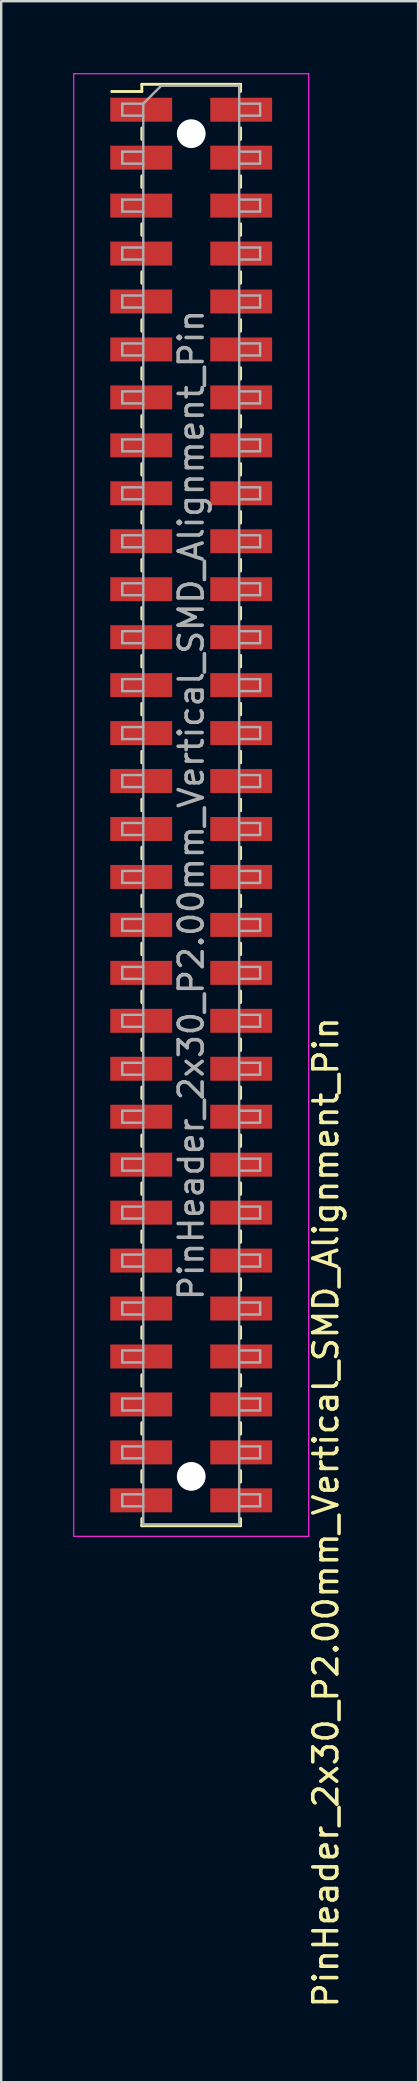
<source format=kicad_pcb>
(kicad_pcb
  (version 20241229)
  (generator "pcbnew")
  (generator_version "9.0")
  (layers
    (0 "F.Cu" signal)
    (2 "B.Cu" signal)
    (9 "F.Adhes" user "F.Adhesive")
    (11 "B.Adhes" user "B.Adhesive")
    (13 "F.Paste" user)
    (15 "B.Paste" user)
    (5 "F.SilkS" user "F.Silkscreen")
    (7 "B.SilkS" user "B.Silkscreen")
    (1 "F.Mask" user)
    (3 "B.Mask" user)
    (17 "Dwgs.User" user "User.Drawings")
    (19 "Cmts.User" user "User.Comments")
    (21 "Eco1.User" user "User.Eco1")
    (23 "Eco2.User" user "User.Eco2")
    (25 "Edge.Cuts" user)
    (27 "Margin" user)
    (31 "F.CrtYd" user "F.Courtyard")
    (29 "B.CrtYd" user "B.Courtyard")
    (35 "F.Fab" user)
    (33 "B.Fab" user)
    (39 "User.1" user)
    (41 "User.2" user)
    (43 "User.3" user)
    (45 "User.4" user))
  (footprint "PinHeader_2x30_P2.00mm_Vertical_SMD_Alignment_Pin"
    (layer "F.Cu")
    (at 4.925 30.525)
    (property "Reference" "PinHeader_2x30_P2.00mm_Vertical_SMD_Alignment_Pin" (at 5.615 29.5 90) (layer "F.SilkS") (effects (font (size 1 1) (thickness 0.15))))
    (attr smd)
    (fp_line (start -3.315 -29.76) (end -2.06 -29.76) (stroke (width 0.12) (type solid)) (layer "F.SilkS"))
    (fp_line (start -2.06 -30.06) (end -2.06 -29.76) (stroke (width 0.12) (type solid)) (layer "F.SilkS"))
    (fp_line (start -2.06 -30.06) (end 2.06 -30.06) (stroke (width 0.12) (type solid)) (layer "F.SilkS"))
    (fp_line (start -2.06 -28.24) (end -2.06 -27.76) (stroke (width 0.12) (type solid)) (layer "F.SilkS"))
    (fp_line (start -2.06 -26.24) (end -2.06 -25.76) (stroke (width 0.12) (type solid)) (layer "F.SilkS"))
    (fp_line (start -2.06 -24.24) (end -2.06 -23.76) (stroke (width 0.12) (type solid)) (layer "F.SilkS"))
    (fp_line (start -2.06 -22.24) (end -2.06 -21.76) (stroke (width 0.12) (type solid)) (layer "F.SilkS"))
    (fp_line (start -2.06 -20.24) (end -2.06 -19.76) (stroke (width 0.12) (type solid)) (layer "F.SilkS"))
    (fp_line (start -2.06 -18.24) (end -2.06 -17.76) (stroke (width 0.12) (type solid)) (layer "F.SilkS"))
    (fp_line (start -2.06 -16.24) (end -2.06 -15.76) (stroke (width 0.12) (type solid)) (layer "F.SilkS"))
    (fp_line (start -2.06 -14.24) (end -2.06 -13.76) (stroke (width 0.12) (type solid)) (layer "F.SilkS"))
    (fp_line (start -2.06 -12.24) (end -2.06 -11.76) (stroke (width 0.12) (type solid)) (layer "F.SilkS"))
    (fp_line (start -2.06 -10.24) (end -2.06 -9.76) (stroke (width 0.12) (type solid)) (layer "F.SilkS"))
    (fp_line (start -2.06 -8.24) (end -2.06 -7.76) (stroke (width 0.12) (type solid)) (layer "F.SilkS"))
    (fp_line (start -2.06 -6.24) (end -2.06 -5.76) (stroke (width 0.12) (type solid)) (layer "F.SilkS"))
    (fp_line (start -2.06 -4.24) (end -2.06 -3.76) (stroke (width 0.12) (type solid)) (layer "F.SilkS"))
    (fp_line (start -2.06 -2.24) (end -2.06 -1.76) (stroke (width 0.12) (type solid)) (layer "F.SilkS"))
    (fp_line (start -2.06 -0.24) (end -2.06 0.24) (stroke (width 0.12) (type solid)) (layer "F.SilkS"))
    (fp_line (start -2.06 1.76) (end -2.06 2.24) (stroke (width 0.12) (type solid)) (layer "F.SilkS"))
    (fp_line (start -2.06 3.76) (end -2.06 4.24) (stroke (width 0.12) (type solid)) (layer "F.SilkS"))
    (fp_line (start -2.06 5.76) (end -2.06 6.24) (stroke (width 0.12) (type solid)) (layer "F.SilkS"))
    (fp_line (start -2.06 7.76) (end -2.06 8.24) (stroke (width 0.12) (type solid)) (layer "F.SilkS"))
    (fp_line (start -2.06 9.76) (end -2.06 10.24) (stroke (width 0.12) (type solid)) (layer "F.SilkS"))
    (fp_line (start -2.06 11.76) (end -2.06 12.24) (stroke (width 0.12) (type solid)) (layer "F.SilkS"))
    (fp_line (start -2.06 13.76) (end -2.06 14.24) (stroke (width 0.12) (type solid)) (layer "F.SilkS"))
    (fp_line (start -2.06 15.76) (end -2.06 16.24) (stroke (width 0.12) (type solid)) (layer "F.SilkS"))
    (fp_line (start -2.06 17.76) (end -2.06 18.24) (stroke (width 0.12) (type solid)) (layer "F.SilkS"))
    (fp_line (start -2.06 19.76) (end -2.06 20.24) (stroke (width 0.12) (type solid)) (layer "F.SilkS"))
    (fp_line (start -2.06 21.76) (end -2.06 22.24) (stroke (width 0.12) (type solid)) (layer "F.SilkS"))
    (fp_line (start -2.06 23.76) (end -2.06 24.24) (stroke (width 0.12) (type solid)) (layer "F.SilkS"))
    (fp_line (start -2.06 25.76) (end -2.06 26.24) (stroke (width 0.12) (type solid)) (layer "F.SilkS"))
    (fp_line (start -2.06 27.76) (end -2.06 28.24) (stroke (width 0.12) (type solid)) (layer "F.SilkS"))
    (fp_line (start -2.06 29.76) (end -2.06 30.06) (stroke (width 0.12) (type solid)) (layer "F.SilkS"))
    (fp_line (start -2.06 30.06) (end 2.06 30.06) (stroke (width 0.12) (type solid)) (layer "F.SilkS"))
    (fp_line (start 2.06 -30.06) (end 2.06 -29.76) (stroke (width 0.12) (type solid)) (layer "F.SilkS"))
    (fp_line (start 2.06 -28.24) (end 2.06 -27.76) (stroke (width 0.12) (type solid)) (layer "F.SilkS"))
    (fp_line (start 2.06 -26.24) (end 2.06 -25.76) (stroke (width 0.12) (type solid)) (layer "F.SilkS"))
    (fp_line (start 2.06 -24.24) (end 2.06 -23.76) (stroke (width 0.12) (type solid)) (layer "F.SilkS"))
    (fp_line (start 2.06 -22.24) (end 2.06 -21.76) (stroke (width 0.12) (type solid)) (layer "F.SilkS"))
    (fp_line (start 2.06 -20.24) (end 2.06 -19.76) (stroke (width 0.12) (type solid)) (layer "F.SilkS"))
    (fp_line (start 2.06 -18.24) (end 2.06 -17.76) (stroke (width 0.12) (type solid)) (layer "F.SilkS"))
    (fp_line (start 2.06 -16.24) (end 2.06 -15.76) (stroke (width 0.12) (type solid)) (layer "F.SilkS"))
    (fp_line (start 2.06 -14.24) (end 2.06 -13.76) (stroke (width 0.12) (type solid)) (layer "F.SilkS"))
    (fp_line (start 2.06 -12.24) (end 2.06 -11.76) (stroke (width 0.12) (type solid)) (layer "F.SilkS"))
    (fp_line (start 2.06 -10.24) (end 2.06 -9.76) (stroke (width 0.12) (type solid)) (layer "F.SilkS"))
    (fp_line (start 2.06 -8.24) (end 2.06 -7.76) (stroke (width 0.12) (type solid)) (layer "F.SilkS"))
    (fp_line (start 2.06 -6.24) (end 2.06 -5.76) (stroke (width 0.12) (type solid)) (layer "F.SilkS"))
    (fp_line (start 2.06 -4.24) (end 2.06 -3.76) (stroke (width 0.12) (type solid)) (layer "F.SilkS"))
    (fp_line (start 2.06 -2.24) (end 2.06 -1.76) (stroke (width 0.12) (type solid)) (layer "F.SilkS"))
    (fp_line (start 2.06 -0.24) (end 2.06 0.24) (stroke (width 0.12) (type solid)) (layer "F.SilkS"))
    (fp_line (start 2.06 1.76) (end 2.06 2.24) (stroke (width 0.12) (type solid)) (layer "F.SilkS"))
    (fp_line (start 2.06 3.76) (end 2.06 4.24) (stroke (width 0.12) (type solid)) (layer "F.SilkS"))
    (fp_line (start 2.06 5.76) (end 2.06 6.24) (stroke (width 0.12) (type solid)) (layer "F.SilkS"))
    (fp_line (start 2.06 7.76) (end 2.06 8.24) (stroke (width 0.12) (type solid)) (layer "F.SilkS"))
    (fp_line (start 2.06 9.76) (end 2.06 10.24) (stroke (width 0.12) (type solid)) (layer "F.SilkS"))
    (fp_line (start 2.06 11.76) (end 2.06 12.24) (stroke (width 0.12) (type solid)) (layer "F.SilkS"))
    (fp_line (start 2.06 13.76) (end 2.06 14.24) (stroke (width 0.12) (type solid)) (layer "F.SilkS"))
    (fp_line (start 2.06 15.76) (end 2.06 16.24) (stroke (width 0.12) (type solid)) (layer "F.SilkS"))
    (fp_line (start 2.06 17.76) (end 2.06 18.24) (stroke (width 0.12) (type solid)) (layer "F.SilkS"))
    (fp_line (start 2.06 19.76) (end 2.06 20.24) (stroke (width 0.12) (type solid)) (layer "F.SilkS"))
    (fp_line (start 2.06 21.76) (end 2.06 22.24) (stroke (width 0.12) (type solid)) (layer "F.SilkS"))
    (fp_line (start 2.06 23.76) (end 2.06 24.24) (stroke (width 0.12) (type solid)) (layer "F.SilkS"))
    (fp_line (start 2.06 25.76) (end 2.06 26.24) (stroke (width 0.12) (type solid)) (layer "F.SilkS"))
    (fp_line (start 2.06 27.76) (end 2.06 28.24) (stroke (width 0.12) (type solid)) (layer "F.SilkS"))
    (fp_line (start 2.06 29.76) (end 2.06 30.06) (stroke (width 0.12) (type solid)) (layer "F.SilkS"))
    (fp_line (start -4.9 -30.5) (end -4.9 30.5) (stroke (width 0.05) (type solid)) (layer "F.CrtYd"))
    (fp_line (start -4.9 30.5) (end 4.9 30.5) (stroke (width 0.05) (type solid)) (layer "F.CrtYd"))
    (fp_line (start 4.9 -30.5) (end -4.9 -30.5) (stroke (width 0.05) (type solid)) (layer "F.CrtYd"))
    (fp_line (start 4.9 30.5) (end 4.9 -30.5) (stroke (width 0.05) (type solid)) (layer "F.CrtYd"))
    (fp_line (start -2.875 -29.25) (end -2.875 -28.75) (stroke (width 0.1) (type solid)) (layer "F.Fab"))
    (fp_line (start -2.875 -28.75) (end -2 -28.75) (stroke (width 0.1) (type solid)) (layer "F.Fab"))
    (fp_line (start -2.875 -27.25) (end -2.875 -26.75) (stroke (width 0.1) (type solid)) (layer "F.Fab"))
    (fp_line (start -2.875 -26.75) (end -2 -26.75) (stroke (width 0.1) (type solid)) (layer "F.Fab"))
    (fp_line (start -2.875 -25.25) (end -2.875 -24.75) (stroke (width 0.1) (type solid)) (layer "F.Fab"))
    (fp_line (start -2.875 -24.75) (end -2 -24.75) (stroke (width 0.1) (type solid)) (layer "F.Fab"))
    (fp_line (start -2.875 -23.25) (end -2.875 -22.75) (stroke (width 0.1) (type solid)) (layer "F.Fab"))
    (fp_line (start -2.875 -22.75) (end -2 -22.75) (stroke (width 0.1) (type solid)) (layer "F.Fab"))
    (fp_line (start -2.875 -21.25) (end -2.875 -20.75) (stroke (width 0.1) (type solid)) (layer "F.Fab"))
    (fp_line (start -2.875 -20.75) (end -2 -20.75) (stroke (width 0.1) (type solid)) (layer "F.Fab"))
    (fp_line (start -2.875 -19.25) (end -2.875 -18.75) (stroke (width 0.1) (type solid)) (layer "F.Fab"))
    (fp_line (start -2.875 -18.75) (end -2 -18.75) (stroke (width 0.1) (type solid)) (layer "F.Fab"))
    (fp_line (start -2.875 -17.25) (end -2.875 -16.75) (stroke (width 0.1) (type solid)) (layer "F.Fab"))
    (fp_line (start -2.875 -16.75) (end -2 -16.75) (stroke (width 0.1) (type solid)) (layer "F.Fab"))
    (fp_line (start -2.875 -15.25) (end -2.875 -14.75) (stroke (width 0.1) (type solid)) (layer "F.Fab"))
    (fp_line (start -2.875 -14.75) (end -2 -14.75) (stroke (width 0.1) (type solid)) (layer "F.Fab"))
    (fp_line (start -2.875 -13.25) (end -2.875 -12.75) (stroke (width 0.1) (type solid)) (layer "F.Fab"))
    (fp_line (start -2.875 -12.75) (end -2 -12.75) (stroke (width 0.1) (type solid)) (layer "F.Fab"))
    (fp_line (start -2.875 -11.25) (end -2.875 -10.75) (stroke (width 0.1) (type solid)) (layer "F.Fab"))
    (fp_line (start -2.875 -10.75) (end -2 -10.75) (stroke (width 0.1) (type solid)) (layer "F.Fab"))
    (fp_line (start -2.875 -9.25) (end -2.875 -8.75) (stroke (width 0.1) (type solid)) (layer "F.Fab"))
    (fp_line (start -2.875 -8.75) (end -2 -8.75) (stroke (width 0.1) (type solid)) (layer "F.Fab"))
    (fp_line (start -2.875 -7.25) (end -2.875 -6.75) (stroke (width 0.1) (type solid)) (layer "F.Fab"))
    (fp_line (start -2.875 -6.75) (end -2 -6.75) (stroke (width 0.1) (type solid)) (layer "F.Fab"))
    (fp_line (start -2.875 -5.25) (end -2.875 -4.75) (stroke (width 0.1) (type solid)) (layer "F.Fab"))
    (fp_line (start -2.875 -4.75) (end -2 -4.75) (stroke (width 0.1) (type solid)) (layer "F.Fab"))
    (fp_line (start -2.875 -3.25) (end -2.875 -2.75) (stroke (width 0.1) (type solid)) (layer "F.Fab"))
    (fp_line (start -2.875 -2.75) (end -2 -2.75) (stroke (width 0.1) (type solid)) (layer "F.Fab"))
    (fp_line (start -2.875 -1.25) (end -2.875 -0.75) (stroke (width 0.1) (type solid)) (layer "F.Fab"))
    (fp_line (start -2.875 -0.75) (end -2 -0.75) (stroke (width 0.1) (type solid)) (layer "F.Fab"))
    (fp_line (start -2.875 0.75) (end -2.875 1.25) (stroke (width 0.1) (type solid)) (layer "F.Fab"))
    (fp_line (start -2.875 1.25) (end -2 1.25) (stroke (width 0.1) (type solid)) (layer "F.Fab"))
    (fp_line (start -2.875 2.75) (end -2.875 3.25) (stroke (width 0.1) (type solid)) (layer "F.Fab"))
    (fp_line (start -2.875 3.25) (end -2 3.25) (stroke (width 0.1) (type solid)) (layer "F.Fab"))
    (fp_line (start -2.875 4.75) (end -2.875 5.25) (stroke (width 0.1) (type solid)) (layer "F.Fab"))
    (fp_line (start -2.875 5.25) (end -2 5.25) (stroke (width 0.1) (type solid)) (layer "F.Fab"))
    (fp_line (start -2.875 6.75) (end -2.875 7.25) (stroke (width 0.1) (type solid)) (layer "F.Fab"))
    (fp_line (start -2.875 7.25) (end -2 7.25) (stroke (width 0.1) (type solid)) (layer "F.Fab"))
    (fp_line (start -2.875 8.75) (end -2.875 9.25) (stroke (width 0.1) (type solid)) (layer "F.Fab"))
    (fp_line (start -2.875 9.25) (end -2 9.25) (stroke (width 0.1) (type solid)) (layer "F.Fab"))
    (fp_line (start -2.875 10.75) (end -2.875 11.25) (stroke (width 0.1) (type solid)) (layer "F.Fab"))
    (fp_line (start -2.875 11.25) (end -2 11.25) (stroke (width 0.1) (type solid)) (layer "F.Fab"))
    (fp_line (start -2.875 12.75) (end -2.875 13.25) (stroke (width 0.1) (type solid)) (layer "F.Fab"))
    (fp_line (start -2.875 13.25) (end -2 13.25) (stroke (width 0.1) (type solid)) (layer "F.Fab"))
    (fp_line (start -2.875 14.75) (end -2.875 15.25) (stroke (width 0.1) (type solid)) (layer "F.Fab"))
    (fp_line (start -2.875 15.25) (end -2 15.25) (stroke (width 0.1) (type solid)) (layer "F.Fab"))
    (fp_line (start -2.875 16.75) (end -2.875 17.25) (stroke (width 0.1) (type solid)) (layer "F.Fab"))
    (fp_line (start -2.875 17.25) (end -2 17.25) (stroke (width 0.1) (type solid)) (layer "F.Fab"))
    (fp_line (start -2.875 18.75) (end -2.875 19.25) (stroke (width 0.1) (type solid)) (layer "F.Fab"))
    (fp_line (start -2.875 19.25) (end -2 19.25) (stroke (width 0.1) (type solid)) (layer "F.Fab"))
    (fp_line (start -2.875 20.75) (end -2.875 21.25) (stroke (width 0.1) (type solid)) (layer "F.Fab"))
    (fp_line (start -2.875 21.25) (end -2 21.25) (stroke (width 0.1) (type solid)) (layer "F.Fab"))
    (fp_line (start -2.875 22.75) (end -2.875 23.25) (stroke (width 0.1) (type solid)) (layer "F.Fab"))
    (fp_line (start -2.875 23.25) (end -2 23.25) (stroke (width 0.1) (type solid)) (layer "F.Fab"))
    (fp_line (start -2.875 24.75) (end -2.875 25.25) (stroke (width 0.1) (type solid)) (layer "F.Fab"))
    (fp_line (start -2.875 25.25) (end -2 25.25) (stroke (width 0.1) (type solid)) (layer "F.Fab"))
    (fp_line (start -2.875 26.75) (end -2.875 27.25) (stroke (width 0.1) (type solid)) (layer "F.Fab"))
    (fp_line (start -2.875 27.25) (end -2 27.25) (stroke (width 0.1) (type solid)) (layer "F.Fab"))
    (fp_line (start -2.875 28.75) (end -2.875 29.25) (stroke (width 0.1) (type solid)) (layer "F.Fab"))
    (fp_line (start -2.875 29.25) (end -2 29.25) (stroke (width 0.1) (type solid)) (layer "F.Fab"))
    (fp_line (start -2 -29.25) (end -2.875 -29.25) (stroke (width 0.1) (type solid)) (layer "F.Fab"))
    (fp_line (start -2 -29.25) (end -1.25 -30) (stroke (width 0.1) (type solid)) (layer "F.Fab"))
    (fp_line (start -2 -27.25) (end -2.875 -27.25) (stroke (width 0.1) (type solid)) (layer "F.Fab"))
    (fp_line (start -2 -25.25) (end -2.875 -25.25) (stroke (width 0.1) (type solid)) (layer "F.Fab"))
    (fp_line (start -2 -23.25) (end -2.875 -23.25) (stroke (width 0.1) (type solid)) (layer "F.Fab"))
    (fp_line (start -2 -21.25) (end -2.875 -21.25) (stroke (width 0.1) (type solid)) (layer "F.Fab"))
    (fp_line (start -2 -19.25) (end -2.875 -19.25) (stroke (width 0.1) (type solid)) (layer "F.Fab"))
    (fp_line (start -2 -17.25) (end -2.875 -17.25) (stroke (width 0.1) (type solid)) (layer "F.Fab"))
    (fp_line (start -2 -15.25) (end -2.875 -15.25) (stroke (width 0.1) (type solid)) (layer "F.Fab"))
    (fp_line (start -2 -13.25) (end -2.875 -13.25) (stroke (width 0.1) (type solid)) (layer "F.Fab"))
    (fp_line (start -2 -11.25) (end -2.875 -11.25) (stroke (width 0.1) (type solid)) (layer "F.Fab"))
    (fp_line (start -2 -9.25) (end -2.875 -9.25) (stroke (width 0.1) (type solid)) (layer "F.Fab"))
    (fp_line (start -2 -7.25) (end -2.875 -7.25) (stroke (width 0.1) (type solid)) (layer "F.Fab"))
    (fp_line (start -2 -5.25) (end -2.875 -5.25) (stroke (width 0.1) (type solid)) (layer "F.Fab"))
    (fp_line (start -2 -3.25) (end -2.875 -3.25) (stroke (width 0.1) (type solid)) (layer "F.Fab"))
    (fp_line (start -2 -1.25) (end -2.875 -1.25) (stroke (width 0.1) (type solid)) (layer "F.Fab"))
    (fp_line (start -2 0.75) (end -2.875 0.75) (stroke (width 0.1) (type solid)) (layer "F.Fab"))
    (fp_line (start -2 2.75) (end -2.875 2.75) (stroke (width 0.1) (type solid)) (layer "F.Fab"))
    (fp_line (start -2 4.75) (end -2.875 4.75) (stroke (width 0.1) (type solid)) (layer "F.Fab"))
    (fp_line (start -2 6.75) (end -2.875 6.75) (stroke (width 0.1) (type solid)) (layer "F.Fab"))
    (fp_line (start -2 8.75) (end -2.875 8.75) (stroke (width 0.1) (type solid)) (layer "F.Fab"))
    (fp_line (start -2 10.75) (end -2.875 10.75) (stroke (width 0.1) (type solid)) (layer "F.Fab"))
    (fp_line (start -2 12.75) (end -2.875 12.75) (stroke (width 0.1) (type solid)) (layer "F.Fab"))
    (fp_line (start -2 14.75) (end -2.875 14.75) (stroke (width 0.1) (type solid)) (layer "F.Fab"))
    (fp_line (start -2 16.75) (end -2.875 16.75) (stroke (width 0.1) (type solid)) (layer "F.Fab"))
    (fp_line (start -2 18.75) (end -2.875 18.75) (stroke (width 0.1) (type solid)) (layer "F.Fab"))
    (fp_line (start -2 20.75) (end -2.875 20.75) (stroke (width 0.1) (type solid)) (layer "F.Fab"))
    (fp_line (start -2 22.75) (end -2.875 22.75) (stroke (width 0.1) (type solid)) (layer "F.Fab"))
    (fp_line (start -2 24.75) (end -2.875 24.75) (stroke (width 0.1) (type solid)) (layer "F.Fab"))
    (fp_line (start -2 26.75) (end -2.875 26.75) (stroke (width 0.1) (type solid)) (layer "F.Fab"))
    (fp_line (start -2 28.75) (end -2.875 28.75) (stroke (width 0.1) (type solid)) (layer "F.Fab"))
    (fp_line (start -2 30) (end -2 -29.25) (stroke (width 0.1) (type solid)) (layer "F.Fab"))
    (fp_line (start -1.25 -30) (end 2 -30) (stroke (width 0.1) (type solid)) (layer "F.Fab"))
    (fp_line (start 2 -30) (end 2 30) (stroke (width 0.1) (type solid)) (layer "F.Fab"))
    (fp_line (start 2 -29.25) (end 2.875 -29.25) (stroke (width 0.1) (type solid)) (layer "F.Fab"))
    (fp_line (start 2 -27.25) (end 2.875 -27.25) (stroke (width 0.1) (type solid)) (layer "F.Fab"))
    (fp_line (start 2 -25.25) (end 2.875 -25.25) (stroke (width 0.1) (type solid)) (layer "F.Fab"))
    (fp_line (start 2 -23.25) (end 2.875 -23.25) (stroke (width 0.1) (type solid)) (layer "F.Fab"))
    (fp_line (start 2 -21.25) (end 2.875 -21.25) (stroke (width 0.1) (type solid)) (layer "F.Fab"))
    (fp_line (start 2 -19.25) (end 2.875 -19.25) (stroke (width 0.1) (type solid)) (layer "F.Fab"))
    (fp_line (start 2 -17.25) (end 2.875 -17.25) (stroke (width 0.1) (type solid)) (layer "F.Fab"))
    (fp_line (start 2 -15.25) (end 2.875 -15.25) (stroke (width 0.1) (type solid)) (layer "F.Fab"))
    (fp_line (start 2 -13.25) (end 2.875 -13.25) (stroke (width 0.1) (type solid)) (layer "F.Fab"))
    (fp_line (start 2 -11.25) (end 2.875 -11.25) (stroke (width 0.1) (type solid)) (layer "F.Fab"))
    (fp_line (start 2 -9.25) (end 2.875 -9.25) (stroke (width 0.1) (type solid)) (layer "F.Fab"))
    (fp_line (start 2 -7.25) (end 2.875 -7.25) (stroke (width 0.1) (type solid)) (layer "F.Fab"))
    (fp_line (start 2 -5.25) (end 2.875 -5.25) (stroke (width 0.1) (type solid)) (layer "F.Fab"))
    (fp_line (start 2 -3.25) (end 2.875 -3.25) (stroke (width 0.1) (type solid)) (layer "F.Fab"))
    (fp_line (start 2 -1.25) (end 2.875 -1.25) (stroke (width 0.1) (type solid)) (layer "F.Fab"))
    (fp_line (start 2 0.75) (end 2.875 0.75) (stroke (width 0.1) (type solid)) (layer "F.Fab"))
    (fp_line (start 2 2.75) (end 2.875 2.75) (stroke (width 0.1) (type solid)) (layer "F.Fab"))
    (fp_line (start 2 4.75) (end 2.875 4.75) (stroke (width 0.1) (type solid)) (layer "F.Fab"))
    (fp_line (start 2 6.75) (end 2.875 6.75) (stroke (width 0.1) (type solid)) (layer "F.Fab"))
    (fp_line (start 2 8.75) (end 2.875 8.75) (stroke (width 0.1) (type solid)) (layer "F.Fab"))
    (fp_line (start 2 10.75) (end 2.875 10.75) (stroke (width 0.1) (type solid)) (layer "F.Fab"))
    (fp_line (start 2 12.75) (end 2.875 12.75) (stroke (width 0.1) (type solid)) (layer "F.Fab"))
    (fp_line (start 2 14.75) (end 2.875 14.75) (stroke (width 0.1) (type solid)) (layer "F.Fab"))
    (fp_line (start 2 16.75) (end 2.875 16.75) (stroke (width 0.1) (type solid)) (layer "F.Fab"))
    (fp_line (start 2 18.75) (end 2.875 18.75) (stroke (width 0.1) (type solid)) (layer "F.Fab"))
    (fp_line (start 2 20.75) (end 2.875 20.75) (stroke (width 0.1) (type solid)) (layer "F.Fab"))
    (fp_line (start 2 22.75) (end 2.875 22.75) (stroke (width 0.1) (type solid)) (layer "F.Fab"))
    (fp_line (start 2 24.75) (end 2.875 24.75) (stroke (width 0.1) (type solid)) (layer "F.Fab"))
    (fp_line (start 2 26.75) (end 2.875 26.75) (stroke (width 0.1) (type solid)) (layer "F.Fab"))
    (fp_line (start 2 28.75) (end 2.875 28.75) (stroke (width 0.1) (type solid)) (layer "F.Fab"))
    (fp_line (start 2 30) (end -2 30) (stroke (width 0.1) (type solid)) (layer "F.Fab"))
    (fp_line (start 2.875 -29.25) (end 2.875 -28.75) (stroke (width 0.1) (type solid)) (layer "F.Fab"))
    (fp_line (start 2.875 -28.75) (end 2 -28.75) (stroke (width 0.1) (type solid)) (layer "F.Fab"))
    (fp_line (start 2.875 -27.25) (end 2.875 -26.75) (stroke (width 0.1) (type solid)) (layer "F.Fab"))
    (fp_line (start 2.875 -26.75) (end 2 -26.75) (stroke (width 0.1) (type solid)) (layer "F.Fab"))
    (fp_line (start 2.875 -25.25) (end 2.875 -24.75) (stroke (width 0.1) (type solid)) (layer "F.Fab"))
    (fp_line (start 2.875 -24.75) (end 2 -24.75) (stroke (width 0.1) (type solid)) (layer "F.Fab"))
    (fp_line (start 2.875 -23.25) (end 2.875 -22.75) (stroke (width 0.1) (type solid)) (layer "F.Fab"))
    (fp_line (start 2.875 -22.75) (end 2 -22.75) (stroke (width 0.1) (type solid)) (layer "F.Fab"))
    (fp_line (start 2.875 -21.25) (end 2.875 -20.75) (stroke (width 0.1) (type solid)) (layer "F.Fab"))
    (fp_line (start 2.875 -20.75) (end 2 -20.75) (stroke (width 0.1) (type solid)) (layer "F.Fab"))
    (fp_line (start 2.875 -19.25) (end 2.875 -18.75) (stroke (width 0.1) (type solid)) (layer "F.Fab"))
    (fp_line (start 2.875 -18.75) (end 2 -18.75) (stroke (width 0.1) (type solid)) (layer "F.Fab"))
    (fp_line (start 2.875 -17.25) (end 2.875 -16.75) (stroke (width 0.1) (type solid)) (layer "F.Fab"))
    (fp_line (start 2.875 -16.75) (end 2 -16.75) (stroke (width 0.1) (type solid)) (layer "F.Fab"))
    (fp_line (start 2.875 -15.25) (end 2.875 -14.75) (stroke (width 0.1) (type solid)) (layer "F.Fab"))
    (fp_line (start 2.875 -14.75) (end 2 -14.75) (stroke (width 0.1) (type solid)) (layer "F.Fab"))
    (fp_line (start 2.875 -13.25) (end 2.875 -12.75) (stroke (width 0.1) (type solid)) (layer "F.Fab"))
    (fp_line (start 2.875 -12.75) (end 2 -12.75) (stroke (width 0.1) (type solid)) (layer "F.Fab"))
    (fp_line (start 2.875 -11.25) (end 2.875 -10.75) (stroke (width 0.1) (type solid)) (layer "F.Fab"))
    (fp_line (start 2.875 -10.75) (end 2 -10.75) (stroke (width 0.1) (type solid)) (layer "F.Fab"))
    (fp_line (start 2.875 -9.25) (end 2.875 -8.75) (stroke (width 0.1) (type solid)) (layer "F.Fab"))
    (fp_line (start 2.875 -8.75) (end 2 -8.75) (stroke (width 0.1) (type solid)) (layer "F.Fab"))
    (fp_line (start 2.875 -7.25) (end 2.875 -6.75) (stroke (width 0.1) (type solid)) (layer "F.Fab"))
    (fp_line (start 2.875 -6.75) (end 2 -6.75) (stroke (width 0.1) (type solid)) (layer "F.Fab"))
    (fp_line (start 2.875 -5.25) (end 2.875 -4.75) (stroke (width 0.1) (type solid)) (layer "F.Fab"))
    (fp_line (start 2.875 -4.75) (end 2 -4.75) (stroke (width 0.1) (type solid)) (layer "F.Fab"))
    (fp_line (start 2.875 -3.25) (end 2.875 -2.75) (stroke (width 0.1) (type solid)) (layer "F.Fab"))
    (fp_line (start 2.875 -2.75) (end 2 -2.75) (stroke (width 0.1) (type solid)) (layer "F.Fab"))
    (fp_line (start 2.875 -1.25) (end 2.875 -0.75) (stroke (width 0.1) (type solid)) (layer "F.Fab"))
    (fp_line (start 2.875 -0.75) (end 2 -0.75) (stroke (width 0.1) (type solid)) (layer "F.Fab"))
    (fp_line (start 2.875 0.75) (end 2.875 1.25) (stroke (width 0.1) (type solid)) (layer "F.Fab"))
    (fp_line (start 2.875 1.25) (end 2 1.25) (stroke (width 0.1) (type solid)) (layer "F.Fab"))
    (fp_line (start 2.875 2.75) (end 2.875 3.25) (stroke (width 0.1) (type solid)) (layer "F.Fab"))
    (fp_line (start 2.875 3.25) (end 2 3.25) (stroke (width 0.1) (type solid)) (layer "F.Fab"))
    (fp_line (start 2.875 4.75) (end 2.875 5.25) (stroke (width 0.1) (type solid)) (layer "F.Fab"))
    (fp_line (start 2.875 5.25) (end 2 5.25) (stroke (width 0.1) (type solid)) (layer "F.Fab"))
    (fp_line (start 2.875 6.75) (end 2.875 7.25) (stroke (width 0.1) (type solid)) (layer "F.Fab"))
    (fp_line (start 2.875 7.25) (end 2 7.25) (stroke (width 0.1) (type solid)) (layer "F.Fab"))
    (fp_line (start 2.875 8.75) (end 2.875 9.25) (stroke (width 0.1) (type solid)) (layer "F.Fab"))
    (fp_line (start 2.875 9.25) (end 2 9.25) (stroke (width 0.1) (type solid)) (layer "F.Fab"))
    (fp_line (start 2.875 10.75) (end 2.875 11.25) (stroke (width 0.1) (type solid)) (layer "F.Fab"))
    (fp_line (start 2.875 11.25) (end 2 11.25) (stroke (width 0.1) (type solid)) (layer "F.Fab"))
    (fp_line (start 2.875 12.75) (end 2.875 13.25) (stroke (width 0.1) (type solid)) (layer "F.Fab"))
    (fp_line (start 2.875 13.25) (end 2 13.25) (stroke (width 0.1) (type solid)) (layer "F.Fab"))
    (fp_line (start 2.875 14.75) (end 2.875 15.25) (stroke (width 0.1) (type solid)) (layer "F.Fab"))
    (fp_line (start 2.875 15.25) (end 2 15.25) (stroke (width 0.1) (type solid)) (layer "F.Fab"))
    (fp_line (start 2.875 16.75) (end 2.875 17.25) (stroke (width 0.1) (type solid)) (layer "F.Fab"))
    (fp_line (start 2.875 17.25) (end 2 17.25) (stroke (width 0.1) (type solid)) (layer "F.Fab"))
    (fp_line (start 2.875 18.75) (end 2.875 19.25) (stroke (width 0.1) (type solid)) (layer "F.Fab"))
    (fp_line (start 2.875 19.25) (end 2 19.25) (stroke (width 0.1) (type solid)) (layer "F.Fab"))
    (fp_line (start 2.875 20.75) (end 2.875 21.25) (stroke (width 0.1) (type solid)) (layer "F.Fab"))
    (fp_line (start 2.875 21.25) (end 2 21.25) (stroke (width 0.1) (type solid)) (layer "F.Fab"))
    (fp_line (start 2.875 22.75) (end 2.875 23.25) (stroke (width 0.1) (type solid)) (layer "F.Fab"))
    (fp_line (start 2.875 23.25) (end 2 23.25) (stroke (width 0.1) (type solid)) (layer "F.Fab"))
    (fp_line (start 2.875 24.75) (end 2.875 25.25) (stroke (width 0.1) (type solid)) (layer "F.Fab"))
    (fp_line (start 2.875 25.25) (end 2 25.25) (stroke (width 0.1) (type solid)) (layer "F.Fab"))
    (fp_line (start 2.875 26.75) (end 2.875 27.25) (stroke (width 0.1) (type solid)) (layer "F.Fab"))
    (fp_line (start 2.875 27.25) (end 2 27.25) (stroke (width 0.1) (type solid)) (layer "F.Fab"))
    (fp_line (start 2.875 28.75) (end 2.875 29.25) (stroke (width 0.1) (type solid)) (layer "F.Fab"))
    (fp_line (start 2.875 29.25) (end 2 29.25) (stroke (width 0.1) (type solid)) (layer "F.Fab"))
    (fp_text user "${REFERENCE}" (at 0 0 90) (layer "F.Fab") (effects (font (size 1 1) (thickness 0.15))))
    (pad "" np_thru_hole circle (at 0 -28) (size 1.2 1.2) (drill 1.2) (layers "*.Cu" "*.Mask"))
    (pad "" np_thru_hole circle (at 0 28) (size 1.2 1.2) (drill 1.2) (layers "*.Cu" "*.Mask"))
    (pad "1" smd rect (at -2.085 -29) (size 2.58 1) (layers "F.Cu" "F.Mask" "F.Paste"))
    (pad "2" smd rect (at 2.085 -29) (size 2.58 1) (layers "F.Cu" "F.Mask" "F.Paste"))
    (pad "3" smd rect (at -2.085 -27) (size 2.58 1) (layers "F.Cu" "F.Mask" "F.Paste"))
    (pad "4" smd rect (at 2.085 -27) (size 2.58 1) (layers "F.Cu" "F.Mask" "F.Paste"))
    (pad "5" smd rect (at -2.085 -25) (size 2.58 1) (layers "F.Cu" "F.Mask" "F.Paste"))
    (pad "6" smd rect (at 2.085 -25) (size 2.58 1) (layers "F.Cu" "F.Mask" "F.Paste"))
    (pad "7" smd rect (at -2.085 -23) (size 2.58 1) (layers "F.Cu" "F.Mask" "F.Paste"))
    (pad "8" smd rect (at 2.085 -23) (size 2.58 1) (layers "F.Cu" "F.Mask" "F.Paste"))
    (pad "9" smd rect (at -2.085 -21) (size 2.58 1) (layers "F.Cu" "F.Mask" "F.Paste"))
    (pad "10" smd rect (at 2.085 -21) (size 2.58 1) (layers "F.Cu" "F.Mask" "F.Paste"))
    (pad "11" smd rect (at -2.085 -19) (size 2.58 1) (layers "F.Cu" "F.Mask" "F.Paste"))
    (pad "12" smd rect (at 2.085 -19) (size 2.58 1) (layers "F.Cu" "F.Mask" "F.Paste"))
    (pad "13" smd rect (at -2.085 -17) (size 2.58 1) (layers "F.Cu" "F.Mask" "F.Paste"))
    (pad "14" smd rect (at 2.085 -17) (size 2.58 1) (layers "F.Cu" "F.Mask" "F.Paste"))
    (pad "15" smd rect (at -2.085 -15) (size 2.58 1) (layers "F.Cu" "F.Mask" "F.Paste"))
    (pad "16" smd rect (at 2.085 -15) (size 2.58 1) (layers "F.Cu" "F.Mask" "F.Paste"))
    (pad "17" smd rect (at -2.085 -13) (size 2.58 1) (layers "F.Cu" "F.Mask" "F.Paste"))
    (pad "18" smd rect (at 2.085 -13) (size 2.58 1) (layers "F.Cu" "F.Mask" "F.Paste"))
    (pad "19" smd rect (at -2.085 -11) (size 2.58 1) (layers "F.Cu" "F.Mask" "F.Paste"))
    (pad "20" smd rect (at 2.085 -11) (size 2.58 1) (layers "F.Cu" "F.Mask" "F.Paste"))
    (pad "21" smd rect (at -2.085 -9) (size 2.58 1) (layers "F.Cu" "F.Mask" "F.Paste"))
    (pad "22" smd rect (at 2.085 -9) (size 2.58 1) (layers "F.Cu" "F.Mask" "F.Paste"))
    (pad "23" smd rect (at -2.085 -7) (size 2.58 1) (layers "F.Cu" "F.Mask" "F.Paste"))
    (pad "24" smd rect (at 2.085 -7) (size 2.58 1) (layers "F.Cu" "F.Mask" "F.Paste"))
    (pad "25" smd rect (at -2.085 -5) (size 2.58 1) (layers "F.Cu" "F.Mask" "F.Paste"))
    (pad "26" smd rect (at 2.085 -5) (size 2.58 1) (layers "F.Cu" "F.Mask" "F.Paste"))
    (pad "27" smd rect (at -2.085 -3) (size 2.58 1) (layers "F.Cu" "F.Mask" "F.Paste"))
    (pad "28" smd rect (at 2.085 -3) (size 2.58 1) (layers "F.Cu" "F.Mask" "F.Paste"))
    (pad "29" smd rect (at -2.085 -1) (size 2.58 1) (layers "F.Cu" "F.Mask" "F.Paste"))
    (pad "30" smd rect (at 2.085 -1) (size 2.58 1) (layers "F.Cu" "F.Mask" "F.Paste"))
    (pad "31" smd rect (at -2.085 1) (size 2.58 1) (layers "F.Cu" "F.Mask" "F.Paste"))
    (pad "32" smd rect (at 2.085 1) (size 2.58 1) (layers "F.Cu" "F.Mask" "F.Paste"))
    (pad "33" smd rect (at -2.085 3) (size 2.58 1) (layers "F.Cu" "F.Mask" "F.Paste"))
    (pad "34" smd rect (at 2.085 3) (size 2.58 1) (layers "F.Cu" "F.Mask" "F.Paste"))
    (pad "35" smd rect (at -2.085 5) (size 2.58 1) (layers "F.Cu" "F.Mask" "F.Paste"))
    (pad "36" smd rect (at 2.085 5) (size 2.58 1) (layers "F.Cu" "F.Mask" "F.Paste"))
    (pad "37" smd rect (at -2.085 7) (size 2.58 1) (layers "F.Cu" "F.Mask" "F.Paste"))
    (pad "38" smd rect (at 2.085 7) (size 2.58 1) (layers "F.Cu" "F.Mask" "F.Paste"))
    (pad "39" smd rect (at -2.085 9) (size 2.58 1) (layers "F.Cu" "F.Mask" "F.Paste"))
    (pad "40" smd rect (at 2.085 9) (size 2.58 1) (layers "F.Cu" "F.Mask" "F.Paste"))
    (pad "41" smd rect (at -2.085 11) (size 2.58 1) (layers "F.Cu" "F.Mask" "F.Paste"))
    (pad "42" smd rect (at 2.085 11) (size 2.58 1) (layers "F.Cu" "F.Mask" "F.Paste"))
    (pad "43" smd rect (at -2.085 13) (size 2.58 1) (layers "F.Cu" "F.Mask" "F.Paste"))
    (pad "44" smd rect (at 2.085 13) (size 2.58 1) (layers "F.Cu" "F.Mask" "F.Paste"))
    (pad "45" smd rect (at -2.085 15) (size 2.58 1) (layers "F.Cu" "F.Mask" "F.Paste"))
    (pad "46" smd rect (at 2.085 15) (size 2.58 1) (layers "F.Cu" "F.Mask" "F.Paste"))
    (pad "47" smd rect (at -2.085 17) (size 2.58 1) (layers "F.Cu" "F.Mask" "F.Paste"))
    (pad "48" smd rect (at 2.085 17) (size 2.58 1) (layers "F.Cu" "F.Mask" "F.Paste"))
    (pad "49" smd rect (at -2.085 19) (size 2.58 1) (layers "F.Cu" "F.Mask" "F.Paste"))
    (pad "50" smd rect (at 2.085 19) (size 2.58 1) (layers "F.Cu" "F.Mask" "F.Paste"))
    (pad "51" smd rect (at -2.085 21) (size 2.58 1) (layers "F.Cu" "F.Mask" "F.Paste"))
    (pad "52" smd rect (at 2.085 21) (size 2.58 1) (layers "F.Cu" "F.Mask" "F.Paste"))
    (pad "53" smd rect (at -2.085 23) (size 2.58 1) (layers "F.Cu" "F.Mask" "F.Paste"))
    (pad "54" smd rect (at 2.085 23) (size 2.58 1) (layers "F.Cu" "F.Mask" "F.Paste"))
    (pad "55" smd rect (at -2.085 25) (size 2.58 1) (layers "F.Cu" "F.Mask" "F.Paste"))
    (pad "56" smd rect (at 2.085 25) (size 2.58 1) (layers "F.Cu" "F.Mask" "F.Paste"))
    (pad "57" smd rect (at -2.085 27) (size 2.58 1) (layers "F.Cu" "F.Mask" "F.Paste"))
    (pad "58" smd rect (at 2.085 27) (size 2.58 1) (layers "F.Cu" "F.Mask" "F.Paste"))
    (pad "59" smd rect (at -2.085 29) (size 2.58 1) (layers "F.Cu" "F.Mask" "F.Paste"))
    (pad "60" smd rect (at 2.085 29) (size 2.58 1) (layers "F.Cu" "F.Mask" "F.Paste")))
  (gr_rect
    (start -3 -3)
    (end 14.388 83.793)
    (stroke (width 0.1) (type default))
    (fill no)
    (layer "Edge.Cuts")))
</source>
